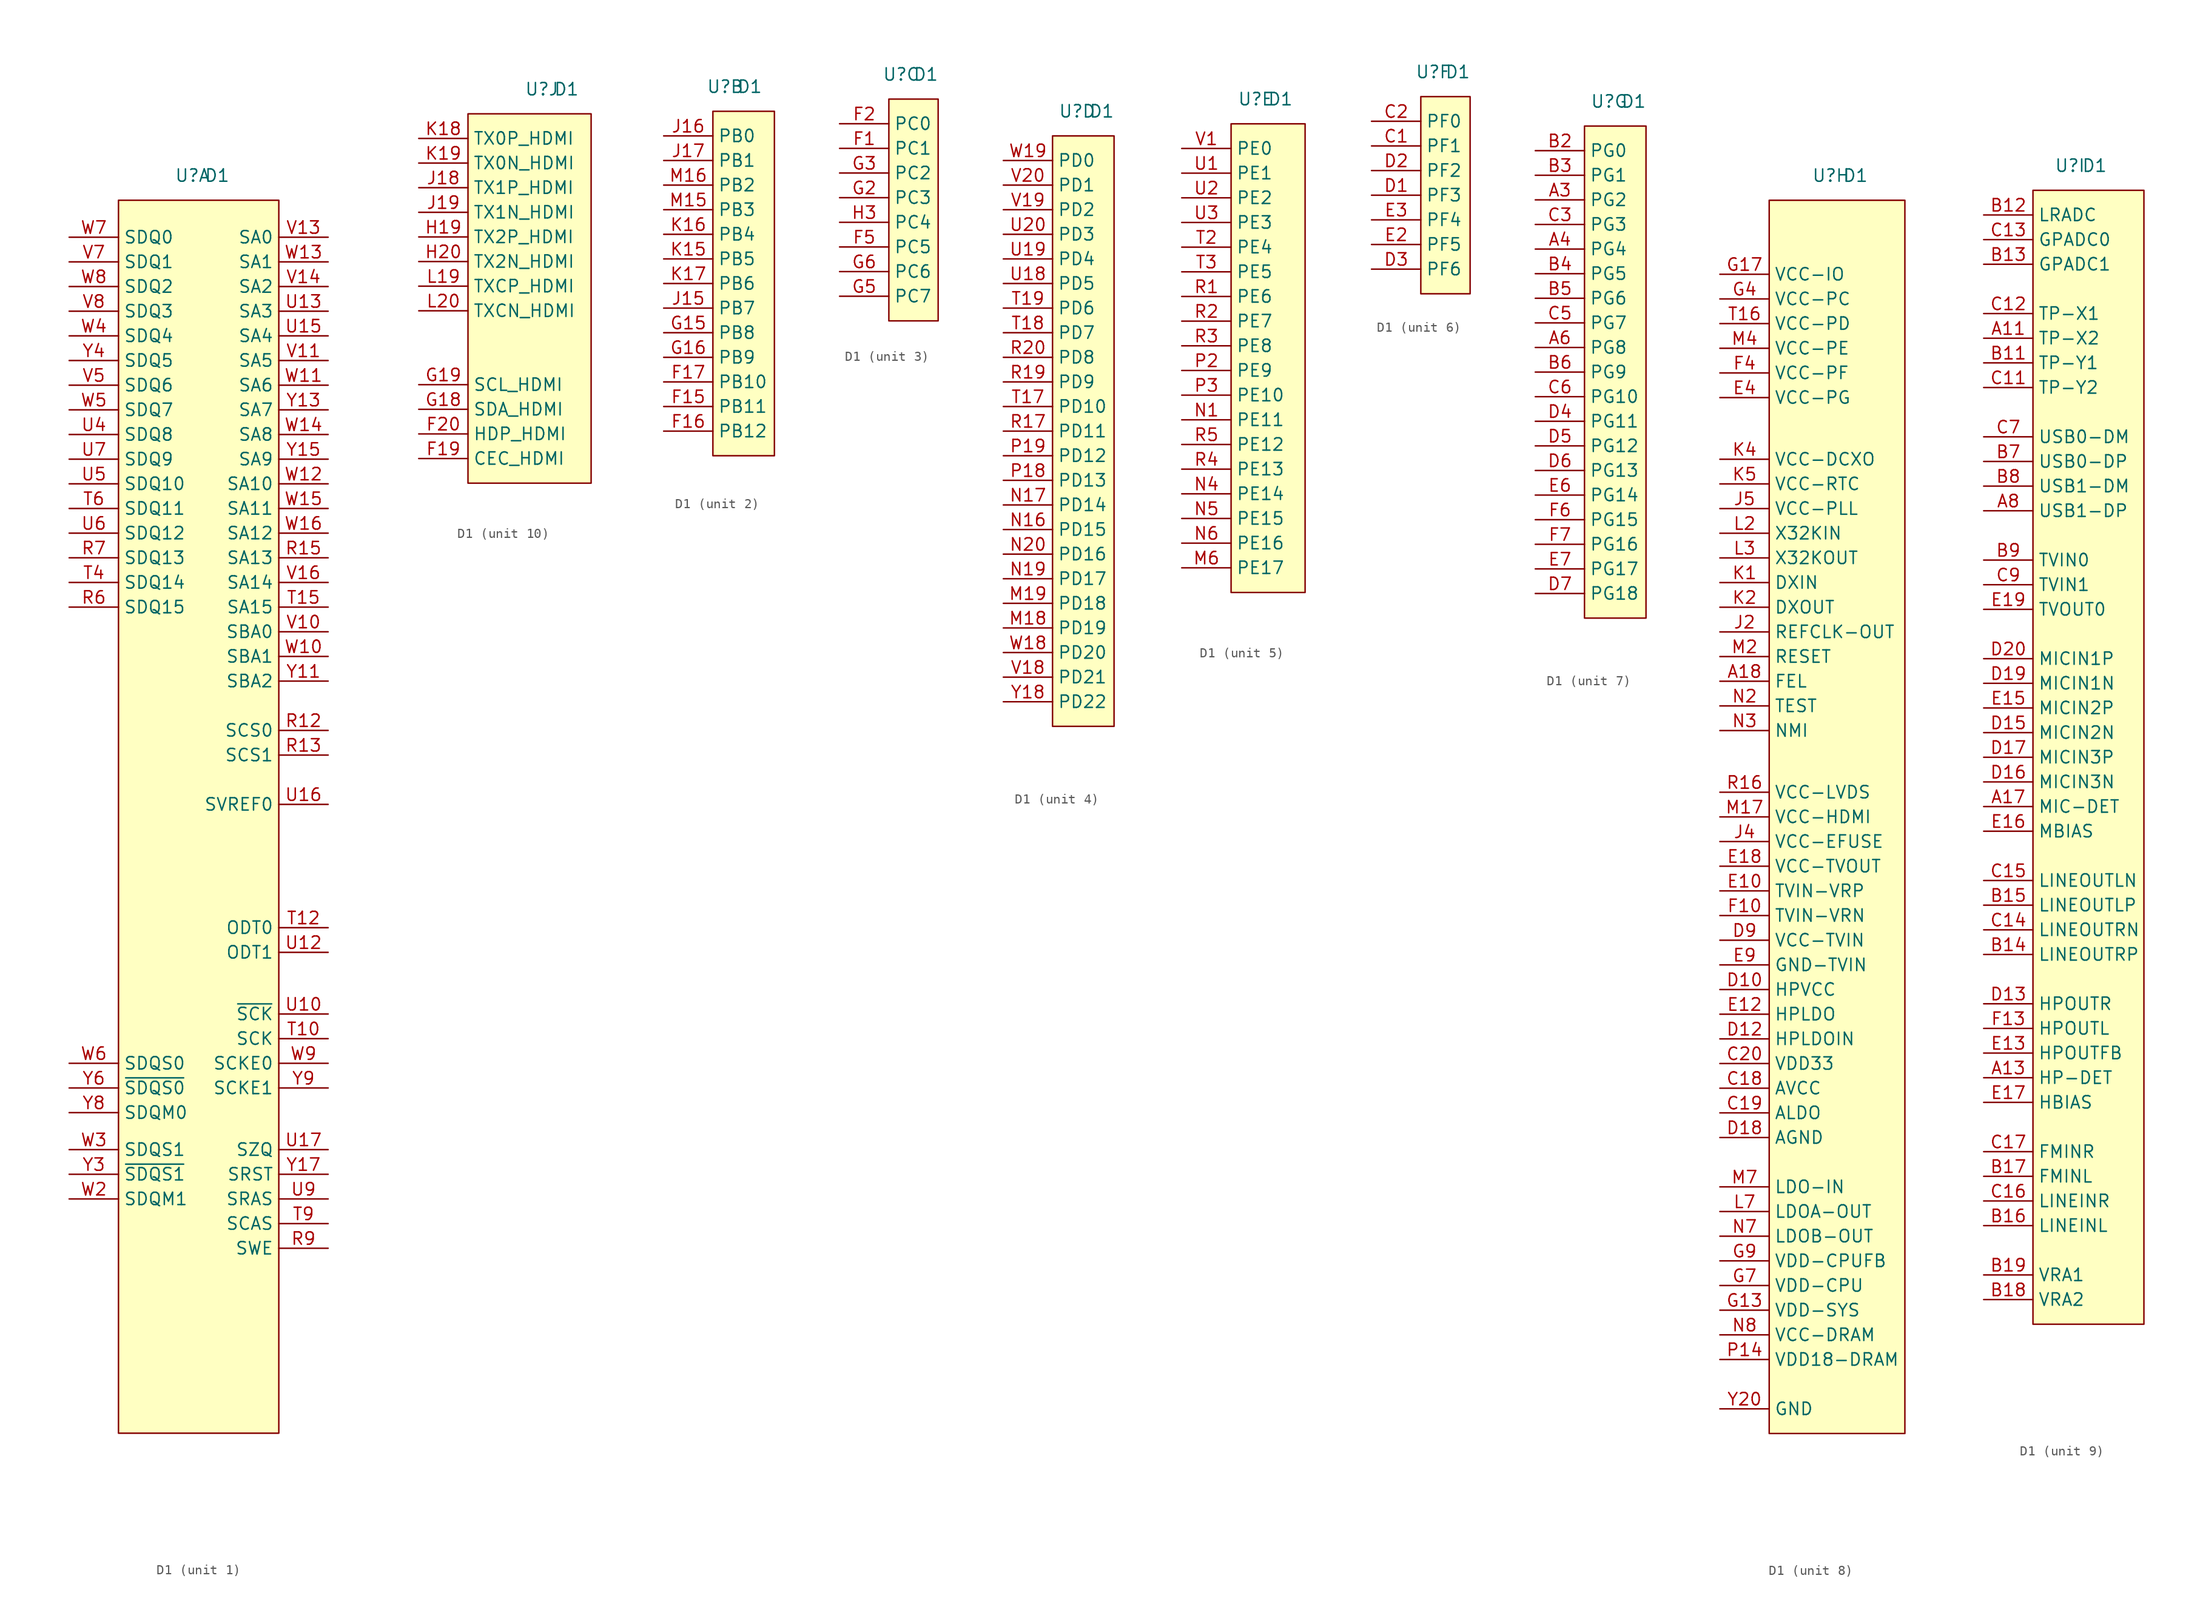
<source format=kicad_sym>
(kicad_symbol_lib
  (version 20211014)
  (generator kicad_symbol_editor)
  (symbol "D1"
    (property "Reference" "U"
      (at -1.27 2.54 0)
      (effects (font (size 1.27 1.27))))
    (property "Value" "D1"
      (at 1.27 2.54 0)
      (effects (font (size 1.27 1.27))))
    (property "ki_locked" ""
      (at 0 0 0)
      (effects (font (size 1.27 1.27))))
    (symbol "D1_1_0"
      (pin passive line (at 12.7 -54.61 180) (length 5.08) (name "SCS0" (effects (font (size 1.27 1.27)))) (number "R12" (effects (font (size 1.27 1.27)))))
      (pin passive line (at 12.7 -57.15 180) (length 5.08) (name "SCS1" (effects (font (size 1.27 1.27)))) (number "R13" (effects (font (size 1.27 1.27)))))
      (pin passive line (at 12.7 -36.83 180) (length 5.08) (name "SA13" (effects (font (size 1.27 1.27)))) (number "R15" (effects (font (size 1.27 1.27)))))
      (pin passive line (at -13.97 -41.91 0) (length 5.08) (name "SDQ15" (effects (font (size 1.27 1.27)))) (number "R6" (effects (font (size 1.27 1.27)))))
      (pin passive line (at -13.97 -36.83 0) (length 5.08) (name "SDQ13" (effects (font (size 1.27 1.27)))) (number "R7" (effects (font (size 1.27 1.27)))))
      (pin passive line (at 12.7 -107.95 180) (length 5.08) (name "SWE" (effects (font (size 1.27 1.27)))) (number "R9" (effects (font (size 1.27 1.27)))))
      (pin passive line (at 12.7 -86.36 180) (length 5.08) (name "SCK" (effects (font (size 1.27 1.27)))) (number "T10" (effects (font (size 1.27 1.27)))))
      (pin passive line (at 12.7 -74.93 180) (length 5.08) (name "ODT0" (effects (font (size 1.27 1.27)))) (number "T12" (effects (font (size 1.27 1.27)))))
      (pin passive line (at 12.7 -41.91 180) (length 5.08) (name "SA15" (effects (font (size 1.27 1.27)))) (number "T15" (effects (font (size 1.27 1.27)))))
      (pin passive line (at -13.97 -39.37 0) (length 5.08) (name "SDQ14" (effects (font (size 1.27 1.27)))) (number "T4" (effects (font (size 1.27 1.27)))))
      (pin passive line (at -13.97 -31.75 0) (length 5.08) (name "SDQ11" (effects (font (size 1.27 1.27)))) (number "T6" (effects (font (size 1.27 1.27)))))
      (pin passive line (at 12.7 -105.41 180) (length 5.08) (name "SCAS" (effects (font (size 1.27 1.27)))) (number "T9" (effects (font (size 1.27 1.27)))))
      (pin passive line (at 12.7 -83.82 180) (length 5.08) (name "~{SCK}" (effects (font (size 1.27 1.27)))) (number "U10" (effects (font (size 1.27 1.27)))))
      (pin passive line (at 12.7 -77.47 180) (length 5.08) (name "ODT1" (effects (font (size 1.27 1.27)))) (number "U12" (effects (font (size 1.27 1.27)))))
      (pin passive line (at 12.7 -11.43 180) (length 5.08) (name "SA3" (effects (font (size 1.27 1.27)))) (number "U13" (effects (font (size 1.27 1.27)))))
      (pin passive line (at 12.7 -13.97 180) (length 5.08) (name "SA4" (effects (font (size 1.27 1.27)))) (number "U15" (effects (font (size 1.27 1.27)))))
      (pin passive line (at 12.7 -62.23 180) (length 5.08) (name "SVREF0" (effects (font (size 1.27 1.27)))) (number "U16" (effects (font (size 1.27 1.27)))))
      (pin passive line (at 12.7 -97.79 180) (length 5.08) (name "SZQ" (effects (font (size 1.27 1.27)))) (number "U17" (effects (font (size 1.27 1.27)))))
      (pin passive line (at -13.97 -24.13 0) (length 5.08) (name "SDQ8" (effects (font (size 1.27 1.27)))) (number "U4" (effects (font (size 1.27 1.27)))))
      (pin passive line (at -13.97 -29.21 0) (length 5.08) (name "SDQ10" (effects (font (size 1.27 1.27)))) (number "U5" (effects (font (size 1.27 1.27)))))
      (pin passive line (at -13.97 -34.29 0) (length 5.08) (name "SDQ12" (effects (font (size 1.27 1.27)))) (number "U6" (effects (font (size 1.27 1.27)))))
      (pin passive line (at -13.97 -26.67 0) (length 5.08) (name "SDQ9" (effects (font (size 1.27 1.27)))) (number "U7" (effects (font (size 1.27 1.27)))))
      (pin passive line (at 12.7 -102.87 180) (length 5.08) (name "SRAS" (effects (font (size 1.27 1.27)))) (number "U9" (effects (font (size 1.27 1.27)))))
      (pin passive line (at 12.7 -44.45 180) (length 5.08) (name "SBA0" (effects (font (size 1.27 1.27)))) (number "V10" (effects (font (size 1.27 1.27)))))
      (pin passive line (at 12.7 -16.51 180) (length 5.08) (name "SA5" (effects (font (size 1.27 1.27)))) (number "V11" (effects (font (size 1.27 1.27)))))
      (pin passive line (at 12.7 -3.81 180) (length 5.08) (name "SA0" (effects (font (size 1.27 1.27)))) (number "V13" (effects (font (size 1.27 1.27)))))
      (pin passive line (at 12.7 -8.89 180) (length 5.08) (name "SA2" (effects (font (size 1.27 1.27)))) (number "V14" (effects (font (size 1.27 1.27)))))
      (pin passive line (at 12.7 -39.37 180) (length 5.08) (name "SA14" (effects (font (size 1.27 1.27)))) (number "V16" (effects (font (size 1.27 1.27)))))
      (pin passive line (at -13.97 -19.05 0) (length 5.08) (name "SDQ6" (effects (font (size 1.27 1.27)))) (number "V5" (effects (font (size 1.27 1.27)))))
      (pin passive line (at -13.97 -6.35 0) (length 5.08) (name "SDQ1" (effects (font (size 1.27 1.27)))) (number "V7" (effects (font (size 1.27 1.27)))))
      (pin passive line (at -13.97 -11.43 0) (length 5.08) (name "SDQ3" (effects (font (size 1.27 1.27)))) (number "V8" (effects (font (size 1.27 1.27)))))
      (pin passive line (at 12.7 -46.99 180) (length 5.08) (name "SBA1" (effects (font (size 1.27 1.27)))) (number "W10" (effects (font (size 1.27 1.27)))))
      (pin passive line (at 12.7 -19.05 180) (length 5.08) (name "SA6" (effects (font (size 1.27 1.27)))) (number "W11" (effects (font (size 1.27 1.27)))))
      (pin passive line (at 12.7 -29.21 180) (length 5.08) (name "SA10" (effects (font (size 1.27 1.27)))) (number "W12" (effects (font (size 1.27 1.27)))))
      (pin passive line (at 12.7 -6.35 180) (length 5.08) (name "SA1" (effects (font (size 1.27 1.27)))) (number "W13" (effects (font (size 1.27 1.27)))))
      (pin passive line (at 12.7 -24.13 180) (length 5.08) (name "SA8" (effects (font (size 1.27 1.27)))) (number "W14" (effects (font (size 1.27 1.27)))))
      (pin passive line (at 12.7 -31.75 180) (length 5.08) (name "SA11" (effects (font (size 1.27 1.27)))) (number "W15" (effects (font (size 1.27 1.27)))))
      (pin passive line (at 12.7 -34.29 180) (length 5.08) (name "SA12" (effects (font (size 1.27 1.27)))) (number "W16" (effects (font (size 1.27 1.27)))))
      (pin passive line (at -13.97 -102.87 0) (length 5.08) (name "SDQM1" (effects (font (size 1.27 1.27)))) (number "W2" (effects (font (size 1.27 1.27)))))
      (pin passive line (at -13.97 -97.79 0) (length 5.08) (name "SDQS1" (effects (font (size 1.27 1.27)))) (number "W3" (effects (font (size 1.27 1.27)))))
      (pin passive line (at -13.97 -13.97 0) (length 5.08) (name "SDQ4" (effects (font (size 1.27 1.27)))) (number "W4" (effects (font (size 1.27 1.27)))))
      (pin passive line (at -13.97 -21.59 0) (length 5.08) (name "SDQ7" (effects (font (size 1.27 1.27)))) (number "W5" (effects (font (size 1.27 1.27)))))
      (pin passive line (at -13.97 -88.9 0) (length 5.08) (name "SDQS0" (effects (font (size 1.27 1.27)))) (number "W6" (effects (font (size 1.27 1.27)))))
      (pin passive line (at -13.97 -3.81 0) (length 5.08) (name "SDQ0" (effects (font (size 1.27 1.27)))) (number "W7" (effects (font (size 1.27 1.27)))))
      (pin passive line (at -13.97 -8.89 0) (length 5.08) (name "SDQ2" (effects (font (size 1.27 1.27)))) (number "W8" (effects (font (size 1.27 1.27)))))
      (pin passive line (at 12.7 -88.9 180) (length 5.08) (name "SCKE0" (effects (font (size 1.27 1.27)))) (number "W9" (effects (font (size 1.27 1.27)))))
      (pin passive line (at 12.7 -49.53 180) (length 5.08) (name "SBA2" (effects (font (size 1.27 1.27)))) (number "Y11" (effects (font (size 1.27 1.27)))))
      (pin passive line (at 12.7 -21.59 180) (length 5.08) (name "SA7" (effects (font (size 1.27 1.27)))) (number "Y13" (effects (font (size 1.27 1.27)))))
      (pin passive line (at 12.7 -26.67 180) (length 5.08) (name "SA9" (effects (font (size 1.27 1.27)))) (number "Y15" (effects (font (size 1.27 1.27)))))
      (pin passive line (at 12.7 -100.33 180) (length 5.08) (name "SRST" (effects (font (size 1.27 1.27)))) (number "Y17" (effects (font (size 1.27 1.27)))))
      (pin passive line (at -13.97 -100.33 0) (length 5.08) (name "~{SDQS1}" (effects (font (size 1.27 1.27)))) (number "Y3" (effects (font (size 1.27 1.27)))))
      (pin passive line (at -13.97 -16.51 0) (length 5.08) (name "SDQ5" (effects (font (size 1.27 1.27)))) (number "Y4" (effects (font (size 1.27 1.27)))))
      (pin passive line (at -13.97 -91.44 0) (length 5.08) (name "~{SDQS0}" (effects (font (size 1.27 1.27)))) (number "Y6" (effects (font (size 1.27 1.27)))))
      (pin passive line (at -13.97 -93.98 0) (length 5.08) (name "SDQM0" (effects (font (size 1.27 1.27)))) (number "Y8" (effects (font (size 1.27 1.27)))))
      (pin passive line (at 12.7 -91.44 180) (length 5.08) (name "SCKE1" (effects (font (size 1.27 1.27)))) (number "Y9" (effects (font (size 1.27 1.27))))))
    (symbol "D1_1_1"
      (rectangle (start -8.89 0) (end 7.62 -127) (stroke (width 0.152) (type default) (color 0 0 0 0)) (fill (type background))))
    (symbol "D1_2_0"
      (pin passive line (at -7.62 -30.48 0) (length 5.08) (name "PB11" (effects (font (size 1.27 1.27)))) (number "F15" (effects (font (size 1.27 1.27)))))
      (pin passive line (at -7.62 -33.02 0) (length 5.08) (name "PB12" (effects (font (size 1.27 1.27)))) (number "F16" (effects (font (size 1.27 1.27)))))
      (pin passive line (at -7.62 -27.94 0) (length 5.08) (name "PB10" (effects (font (size 1.27 1.27)))) (number "F17" (effects (font (size 1.27 1.27)))))
      (pin passive line (at -7.62 -22.86 0) (length 5.08) (name "PB8" (effects (font (size 1.27 1.27)))) (number "G15" (effects (font (size 1.27 1.27)))))
      (pin passive line (at -7.62 -25.4 0) (length 5.08) (name "PB9" (effects (font (size 1.27 1.27)))) (number "G16" (effects (font (size 1.27 1.27)))))
      (pin passive line (at -7.62 -20.32 0) (length 5.08) (name "PB7" (effects (font (size 1.27 1.27)))) (number "J15" (effects (font (size 1.27 1.27)))))
      (pin passive line (at -7.62 -2.54 0) (length 5.08) (name "PB0" (effects (font (size 1.27 1.27)))) (number "J16" (effects (font (size 1.27 1.27)))))
      (pin passive line (at -7.62 -5.08 0) (length 5.08) (name "PB1" (effects (font (size 1.27 1.27)))) (number "J17" (effects (font (size 1.27 1.27)))))
      (pin passive line (at -7.62 -15.24 0) (length 5.08) (name "PB5" (effects (font (size 1.27 1.27)))) (number "K15" (effects (font (size 1.27 1.27)))))
      (pin passive line (at -7.62 -12.7 0) (length 5.08) (name "PB4" (effects (font (size 1.27 1.27)))) (number "K16" (effects (font (size 1.27 1.27)))))
      (pin passive line (at -7.62 -17.78 0) (length 5.08) (name "PB6" (effects (font (size 1.27 1.27)))) (number "K17" (effects (font (size 1.27 1.27)))))
      (pin passive line (at -7.62 -10.16 0) (length 5.08) (name "PB3" (effects (font (size 1.27 1.27)))) (number "M15" (effects (font (size 1.27 1.27)))))
      (pin passive line (at -7.62 -7.62 0) (length 5.08) (name "PB2" (effects (font (size 1.27 1.27)))) (number "M16" (effects (font (size 1.27 1.27))))))
    (symbol "D1_2_1"
      (rectangle (start -2.54 0) (end 3.81 -35.56) (stroke (width 0.152) (type default) (color 0 0 0 0)) (fill (type background))))
    (symbol "D1_3_0"
      (pin passive line (at -7.62 -5.08 0) (length 5.08) (name "PC1" (effects (font (size 1.27 1.27)))) (number "F1" (effects (font (size 1.27 1.27)))))
      (pin passive line (at -7.62 -2.54 0) (length 5.08) (name "PC0" (effects (font (size 1.27 1.27)))) (number "F2" (effects (font (size 1.27 1.27)))))
      (pin passive line (at -7.62 -15.24 0) (length 5.08) (name "PC5" (effects (font (size 1.27 1.27)))) (number "F5" (effects (font (size 1.27 1.27)))))
      (pin passive line (at -7.62 -10.16 0) (length 5.08) (name "PC3" (effects (font (size 1.27 1.27)))) (number "G2" (effects (font (size 1.27 1.27)))))
      (pin passive line (at -7.62 -7.62 0) (length 5.08) (name "PC2" (effects (font (size 1.27 1.27)))) (number "G3" (effects (font (size 1.27 1.27)))))
      (pin passive line (at -7.62 -20.32 0) (length 5.08) (name "PC7" (effects (font (size 1.27 1.27)))) (number "G5" (effects (font (size 1.27 1.27)))))
      (pin passive line (at -7.62 -17.78 0) (length 5.08) (name "PC6" (effects (font (size 1.27 1.27)))) (number "G6" (effects (font (size 1.27 1.27)))))
      (pin passive line (at -7.62 -12.7 0) (length 5.08) (name "PC4" (effects (font (size 1.27 1.27)))) (number "H3" (effects (font (size 1.27 1.27))))))
    (symbol "D1_3_1"
      (rectangle (start -2.54 0) (end 2.54 -22.86) (stroke (width 0.152) (type default) (color 0 0 0 0)) (fill (type background))))
    (symbol "D1_4_0"
      (pin passive line (at -8.89 -50.8 0) (length 5.08) (name "PD19" (effects (font (size 1.27 1.27)))) (number "M18" (effects (font (size 1.27 1.27)))))
      (pin passive line (at -8.89 -48.26 0) (length 5.08) (name "PD18" (effects (font (size 1.27 1.27)))) (number "M19" (effects (font (size 1.27 1.27)))))
      (pin passive line (at -8.89 -40.64 0) (length 5.08) (name "PD15" (effects (font (size 1.27 1.27)))) (number "N16" (effects (font (size 1.27 1.27)))))
      (pin passive line (at -8.89 -38.1 0) (length 5.08) (name "PD14" (effects (font (size 1.27 1.27)))) (number "N17" (effects (font (size 1.27 1.27)))))
      (pin passive line (at -8.89 -45.72 0) (length 5.08) (name "PD17" (effects (font (size 1.27 1.27)))) (number "N19" (effects (font (size 1.27 1.27)))))
      (pin passive line (at -8.89 -43.18 0) (length 5.08) (name "PD16" (effects (font (size 1.27 1.27)))) (number "N20" (effects (font (size 1.27 1.27)))))
      (pin passive line (at -8.89 -35.56 0) (length 5.08) (name "PD13" (effects (font (size 1.27 1.27)))) (number "P18" (effects (font (size 1.27 1.27)))))
      (pin passive line (at -8.89 -33.02 0) (length 5.08) (name "PD12" (effects (font (size 1.27 1.27)))) (number "P19" (effects (font (size 1.27 1.27)))))
      (pin passive line (at -8.89 -30.48 0) (length 5.08) (name "PD11" (effects (font (size 1.27 1.27)))) (number "R17" (effects (font (size 1.27 1.27)))))
      (pin passive line (at -8.89 -25.4 0) (length 5.08) (name "PD9" (effects (font (size 1.27 1.27)))) (number "R19" (effects (font (size 1.27 1.27)))))
      (pin passive line (at -8.89 -22.86 0) (length 5.08) (name "PD8" (effects (font (size 1.27 1.27)))) (number "R20" (effects (font (size 1.27 1.27)))))
      (pin passive line (at -8.89 -27.94 0) (length 5.08) (name "PD10" (effects (font (size 1.27 1.27)))) (number "T17" (effects (font (size 1.27 1.27)))))
      (pin passive line (at -8.89 -20.32 0) (length 5.08) (name "PD7" (effects (font (size 1.27 1.27)))) (number "T18" (effects (font (size 1.27 1.27)))))
      (pin passive line (at -8.89 -17.78 0) (length 5.08) (name "PD6" (effects (font (size 1.27 1.27)))) (number "T19" (effects (font (size 1.27 1.27)))))
      (pin passive line (at -8.89 -15.24 0) (length 5.08) (name "PD5" (effects (font (size 1.27 1.27)))) (number "U18" (effects (font (size 1.27 1.27)))))
      (pin passive line (at -8.89 -12.7 0) (length 5.08) (name "PD4" (effects (font (size 1.27 1.27)))) (number "U19" (effects (font (size 1.27 1.27)))))
      (pin passive line (at -8.89 -10.16 0) (length 5.08) (name "PD3" (effects (font (size 1.27 1.27)))) (number "U20" (effects (font (size 1.27 1.27)))))
      (pin passive line (at -8.89 -55.88 0) (length 5.08) (name "PD21" (effects (font (size 1.27 1.27)))) (number "V18" (effects (font (size 1.27 1.27)))))
      (pin passive line (at -8.89 -7.62 0) (length 5.08) (name "PD2" (effects (font (size 1.27 1.27)))) (number "V19" (effects (font (size 1.27 1.27)))))
      (pin passive line (at -8.89 -5.08 0) (length 5.08) (name "PD1" (effects (font (size 1.27 1.27)))) (number "V20" (effects (font (size 1.27 1.27)))))
      (pin passive line (at -8.89 -53.34 0) (length 5.08) (name "PD20" (effects (font (size 1.27 1.27)))) (number "W18" (effects (font (size 1.27 1.27)))))
      (pin passive line (at -8.89 -2.54 0) (length 5.08) (name "PD0" (effects (font (size 1.27 1.27)))) (number "W19" (effects (font (size 1.27 1.27)))))
      (pin passive line (at -8.89 -58.42 0) (length 5.08) (name "PD22" (effects (font (size 1.27 1.27)))) (number "Y18" (effects (font (size 1.27 1.27))))))
    (symbol "D1_4_1"
      (rectangle (start -3.81 0) (end 2.54 -60.96) (stroke (width 0.152) (type default) (color 0 0 0 0)) (fill (type background))))
    (symbol "D1_5_0"
      (pin passive line (at -8.89 -45.72 0) (length 5.08) (name "PE17" (effects (font (size 1.27 1.27)))) (number "M6" (effects (font (size 1.27 1.27)))))
      (pin passive line (at -8.89 -30.48 0) (length 5.08) (name "PE11" (effects (font (size 1.27 1.27)))) (number "N1" (effects (font (size 1.27 1.27)))))
      (pin passive line (at -8.89 -38.1 0) (length 5.08) (name "PE14" (effects (font (size 1.27 1.27)))) (number "N4" (effects (font (size 1.27 1.27)))))
      (pin passive line (at -8.89 -40.64 0) (length 5.08) (name "PE15" (effects (font (size 1.27 1.27)))) (number "N5" (effects (font (size 1.27 1.27)))))
      (pin passive line (at -8.89 -43.18 0) (length 5.08) (name "PE16" (effects (font (size 1.27 1.27)))) (number "N6" (effects (font (size 1.27 1.27)))))
      (pin passive line (at -8.89 -25.4 0) (length 5.08) (name "PE9" (effects (font (size 1.27 1.27)))) (number "P2" (effects (font (size 1.27 1.27)))))
      (pin passive line (at -8.89 -27.94 0) (length 5.08) (name "PE10" (effects (font (size 1.27 1.27)))) (number "P3" (effects (font (size 1.27 1.27)))))
      (pin passive line (at -8.89 -17.78 0) (length 5.08) (name "PE6" (effects (font (size 1.27 1.27)))) (number "R1" (effects (font (size 1.27 1.27)))))
      (pin passive line (at -8.89 -20.32 0) (length 5.08) (name "PE7" (effects (font (size 1.27 1.27)))) (number "R2" (effects (font (size 1.27 1.27)))))
      (pin passive line (at -8.89 -22.86 0) (length 5.08) (name "PE8" (effects (font (size 1.27 1.27)))) (number "R3" (effects (font (size 1.27 1.27)))))
      (pin passive line (at -8.89 -35.56 0) (length 5.08) (name "PE13" (effects (font (size 1.27 1.27)))) (number "R4" (effects (font (size 1.27 1.27)))))
      (pin passive line (at -8.89 -33.02 0) (length 5.08) (name "PE12" (effects (font (size 1.27 1.27)))) (number "R5" (effects (font (size 1.27 1.27)))))
      (pin passive line (at -8.89 -12.7 0) (length 5.08) (name "PE4" (effects (font (size 1.27 1.27)))) (number "T2" (effects (font (size 1.27 1.27)))))
      (pin passive line (at -8.89 -15.24 0) (length 5.08) (name "PE5" (effects (font (size 1.27 1.27)))) (number "T3" (effects (font (size 1.27 1.27)))))
      (pin passive line (at -8.89 -5.08 0) (length 5.08) (name "PE1" (effects (font (size 1.27 1.27)))) (number "U1" (effects (font (size 1.27 1.27)))))
      (pin passive line (at -8.89 -7.62 0) (length 5.08) (name "PE2" (effects (font (size 1.27 1.27)))) (number "U2" (effects (font (size 1.27 1.27)))))
      (pin passive line (at -8.89 -10.16 0) (length 5.08) (name "PE3" (effects (font (size 1.27 1.27)))) (number "U3" (effects (font (size 1.27 1.27)))))
      (pin passive line (at -8.89 -2.54 0) (length 5.08) (name "PE0" (effects (font (size 1.27 1.27)))) (number "V1" (effects (font (size 1.27 1.27))))))
    (symbol "D1_5_1"
      (rectangle (start -3.81 0) (end 3.81 -48.26) (stroke (width 0.152) (type default) (color 0 0 0 0)) (fill (type background))))
    (symbol "D1_6_0"
      (pin passive line (at -7.62 -5.08 0) (length 5.08) (name "PF1" (effects (font (size 1.27 1.27)))) (number "C1" (effects (font (size 1.27 1.27)))))
      (pin passive line (at -7.62 -2.54 0) (length 5.08) (name "PF0" (effects (font (size 1.27 1.27)))) (number "C2" (effects (font (size 1.27 1.27)))))
      (pin passive line (at -7.62 -10.16 0) (length 5.08) (name "PF3" (effects (font (size 1.27 1.27)))) (number "D1" (effects (font (size 1.27 1.27)))))
      (pin passive line (at -7.62 -7.62 0) (length 5.08) (name "PF2" (effects (font (size 1.27 1.27)))) (number "D2" (effects (font (size 1.27 1.27)))))
      (pin passive line (at -7.62 -17.78 0) (length 5.08) (name "PF6" (effects (font (size 1.27 1.27)))) (number "D3" (effects (font (size 1.27 1.27)))))
      (pin passive line (at -7.62 -15.24 0) (length 5.08) (name "PF5" (effects (font (size 1.27 1.27)))) (number "E2" (effects (font (size 1.27 1.27)))))
      (pin passive line (at -7.62 -12.7 0) (length 5.08) (name "PF4" (effects (font (size 1.27 1.27)))) (number "E3" (effects (font (size 1.27 1.27))))))
    (symbol "D1_6_1"
      (rectangle (start -2.54 0) (end 2.54 -20.32) (stroke (width 0.152) (type default) (color 0 0 0 0)) (fill (type background))))
    (symbol "D1_7_0"
      (pin passive line (at -8.89 -7.62 0) (length 5.08) (name "PG2" (effects (font (size 1.27 1.27)))) (number "A3" (effects (font (size 1.27 1.27)))))
      (pin passive line (at -8.89 -12.7 0) (length 5.08) (name "PG4" (effects (font (size 1.27 1.27)))) (number "A4" (effects (font (size 1.27 1.27)))))
      (pin passive line (at -8.89 -22.86 0) (length 5.08) (name "PG8" (effects (font (size 1.27 1.27)))) (number "A6" (effects (font (size 1.27 1.27)))))
      (pin passive line (at -8.89 -2.54 0) (length 5.08) (name "PG0" (effects (font (size 1.27 1.27)))) (number "B2" (effects (font (size 1.27 1.27)))))
      (pin passive line (at -8.89 -5.08 0) (length 5.08) (name "PG1" (effects (font (size 1.27 1.27)))) (number "B3" (effects (font (size 1.27 1.27)))))
      (pin passive line (at -8.89 -15.24 0) (length 5.08) (name "PG5" (effects (font (size 1.27 1.27)))) (number "B4" (effects (font (size 1.27 1.27)))))
      (pin passive line (at -8.89 -17.78 0) (length 5.08) (name "PG6" (effects (font (size 1.27 1.27)))) (number "B5" (effects (font (size 1.27 1.27)))))
      (pin passive line (at -8.89 -25.4 0) (length 5.08) (name "PG9" (effects (font (size 1.27 1.27)))) (number "B6" (effects (font (size 1.27 1.27)))))
      (pin passive line (at -8.89 -10.16 0) (length 5.08) (name "PG3" (effects (font (size 1.27 1.27)))) (number "C3" (effects (font (size 1.27 1.27)))))
      (pin passive line (at -8.89 -20.32 0) (length 5.08) (name "PG7" (effects (font (size 1.27 1.27)))) (number "C5" (effects (font (size 1.27 1.27)))))
      (pin passive line (at -8.89 -27.94 0) (length 5.08) (name "PG10" (effects (font (size 1.27 1.27)))) (number "C6" (effects (font (size 1.27 1.27)))))
      (pin passive line (at -8.89 -30.48 0) (length 5.08) (name "PG11" (effects (font (size 1.27 1.27)))) (number "D4" (effects (font (size 1.27 1.27))))))
    (symbol "D1_7_1"
      (rectangle (start -3.81 0) (end 2.54 -50.8) (stroke (width 0.152) (type default) (color 0 0 0 0)) (fill (type background)))
      (pin passive line (at -8.89 -33.02 0) (length 5.08) (name "PG12" (effects (font (size 1.27 1.27)))) (number "D5" (effects (font (size 1.27 1.27)))))
      (pin passive line (at -8.89 -35.56 0) (length 5.08) (name "PG13" (effects (font (size 1.27 1.27)))) (number "D6" (effects (font (size 1.27 1.27)))))
      (pin passive line (at -8.89 -48.26 0) (length 5.08) (name "PG18" (effects (font (size 1.27 1.27)))) (number "D7" (effects (font (size 1.27 1.27)))))
      (pin passive line (at -8.89 -38.1 0) (length 5.08) (name "PG14" (effects (font (size 1.27 1.27)))) (number "E6" (effects (font (size 1.27 1.27)))))
      (pin passive line (at -8.89 -45.72 0) (length 5.08) (name "PG17" (effects (font (size 1.27 1.27)))) (number "E7" (effects (font (size 1.27 1.27)))))
      (pin passive line (at -8.89 -40.64 0) (length 5.08) (name "PG15" (effects (font (size 1.27 1.27)))) (number "F6" (effects (font (size 1.27 1.27)))))
      (pin passive line (at -8.89 -43.18 0) (length 5.08) (name "PG16" (effects (font (size 1.27 1.27)))) (number "F7" (effects (font (size 1.27 1.27))))))
    (symbol "D1_8_1"
      (rectangle (start -7.62 0) (end 6.35 -127) (stroke (width 0.152) (type default) (color 0 0 0 0)) (fill (type background)))
      (pin passive line (at -12.7 -124.46 0) (length 5.08) hide (name "GND" (effects (font (size 1.27 1.27)))) (number "A1" (effects (font (size 1.27 1.27)))))
      (pin passive line (at -12.7 -124.46 0) (length 5.08) hide (name "GND" (effects (font (size 1.27 1.27)))) (number "A15" (effects (font (size 1.27 1.27)))))
      (pin passive line (at -12.7 -49.53 0) (length 5.08) (name "FEL" (effects (font (size 1.27 1.27)))) (number "A18" (effects (font (size 1.27 1.27)))))
      (pin passive line (at -12.7 -124.46 0) (length 5.08) hide (name "GND" (effects (font (size 1.27 1.27)))) (number "A19" (effects (font (size 1.27 1.27)))))
      (pin passive line (at -12.7 -124.46 0) (length 5.08) hide (name "GND" (effects (font (size 1.27 1.27)))) (number "A2" (effects (font (size 1.27 1.27)))))
      (pin passive line (at -12.7 -124.46 0) (length 5.08) hide (name "GND" (effects (font (size 1.27 1.27)))) (number "A20" (effects (font (size 1.27 1.27)))))
      (pin passive line (at -12.7 -124.46 0) (length 5.08) hide (name "GND" (effects (font (size 1.27 1.27)))) (number "B1" (effects (font (size 1.27 1.27)))))
      (pin passive line (at -12.7 -124.46 0) (length 5.08) hide (name "GND" (effects (font (size 1.27 1.27)))) (number "B10" (effects (font (size 1.27 1.27)))))
      (pin passive line (at -12.7 -124.46 0) (length 5.08) hide (name "GND" (effects (font (size 1.27 1.27)))) (number "B20" (effects (font (size 1.27 1.27)))))
      (pin passive line (at -12.7 -124.46 0) (length 5.08) hide (name "GND" (effects (font (size 1.27 1.27)))) (number "C10" (effects (font (size 1.27 1.27)))))
      (pin passive line (at -12.7 -91.44 0) (length 5.08) (name "AVCC" (effects (font (size 1.27 1.27)))) (number "C18" (effects (font (size 1.27 1.27)))))
      (pin passive line (at -12.7 -93.98 0) (length 5.08) (name "ALDO" (effects (font (size 1.27 1.27)))) (number "C19" (effects (font (size 1.27 1.27)))))
      (pin passive line (at -12.7 -88.9 0) (length 5.08) (name "VDD33" (effects (font (size 1.27 1.27)))) (number "C20" (effects (font (size 1.27 1.27)))))
      (pin passive line (at -12.7 -124.46 0) (length 5.08) hide (name "GND" (effects (font (size 1.27 1.27)))) (number "C4" (effects (font (size 1.27 1.27)))))
      (pin passive line (at -12.7 -124.46 0) (length 5.08) hide (name "GND" (effects (font (size 1.27 1.27)))) (number "C8" (effects (font (size 1.27 1.27)))))
      (pin passive line (at -12.7 -81.28 0) (length 5.08) (name "HPVCC" (effects (font (size 1.27 1.27)))) (number "D10" (effects (font (size 1.27 1.27)))))
      (pin passive line (at -12.7 -86.36 0) (length 5.08) (name "HPLDOIN" (effects (font (size 1.27 1.27)))) (number "D12" (effects (font (size 1.27 1.27)))))
      (pin passive line (at -12.7 -96.52 0) (length 5.08) (name "AGND" (effects (font (size 1.27 1.27)))) (number "D18" (effects (font (size 1.27 1.27)))))
      (pin passive line (at -12.7 -76.2 0) (length 5.08) (name "VCC-TVIN" (effects (font (size 1.27 1.27)))) (number "D9" (effects (font (size 1.27 1.27)))))
      (pin passive line (at -12.7 -71.12 0) (length 5.08) (name "TVIN-VRP" (effects (font (size 1.27 1.27)))) (number "E10" (effects (font (size 1.27 1.27)))))
      (pin passive line (at -12.7 -83.82 0) (length 5.08) (name "HPLDO" (effects (font (size 1.27 1.27)))) (number "E12" (effects (font (size 1.27 1.27)))))
      (pin passive line (at -12.7 -68.58 0) (length 5.08) (name "VCC-TVOUT" (effects (font (size 1.27 1.27)))) (number "E18" (effects (font (size 1.27 1.27)))))
      (pin passive line (at -12.7 -20.32 0) (length 5.08) (name "VCC-PG" (effects (font (size 1.27 1.27)))) (number "E4" (effects (font (size 1.27 1.27)))))
      (pin passive line (at -12.7 -124.46 0) (length 5.08) hide (name "GND" (effects (font (size 1.27 1.27)))) (number "E5" (effects (font (size 1.27 1.27)))))
      (pin passive line (at -12.7 -78.74 0) (length 5.08) (name "GND-TVIN" (effects (font (size 1.27 1.27)))) (number "E9" (effects (font (size 1.27 1.27)))))
      (pin passive line (at -12.7 -73.66 0) (length 5.08) (name "TVIN-VRN" (effects (font (size 1.27 1.27)))) (number "F10" (effects (font (size 1.27 1.27)))))
      (pin passive line (at -12.7 -124.46 0) (length 5.08) hide (name "GND" (effects (font (size 1.27 1.27)))) (number "F12" (effects (font (size 1.27 1.27)))))
      (pin passive line (at -12.7 -124.46 0) (length 5.08) hide (name "GND" (effects (font (size 1.27 1.27)))) (number "F18" (effects (font (size 1.27 1.27)))))
      (pin passive line (at -12.7 -124.46 0) (length 5.08) hide (name "GND" (effects (font (size 1.27 1.27)))) (number "F3" (effects (font (size 1.27 1.27)))))
      (pin passive line (at -12.7 -17.78 0) (length 5.08) (name "VCC-PF" (effects (font (size 1.27 1.27)))) (number "F4" (effects (font (size 1.27 1.27)))))
      (pin passive line (at -12.7 -124.46 0) (length 5.08) hide (name "GND" (effects (font (size 1.27 1.27)))) (number "F9" (effects (font (size 1.27 1.27)))))
      (pin passive line (at -12.7 -124.46 0) (length 5.08) hide (name "GND" (effects (font (size 1.27 1.27)))) (number "G10" (effects (font (size 1.27 1.27)))))
      (pin passive line (at -12.7 -124.46 0) (length 5.08) hide (name "GND" (effects (font (size 1.27 1.27)))) (number "G11" (effects (font (size 1.27 1.27)))))
      (pin passive line (at -12.7 -124.46 0) (length 5.08) hide (name "GND" (effects (font (size 1.27 1.27)))) (number "G12" (effects (font (size 1.27 1.27)))))
      (pin passive line (at -12.7 -114.3 0) (length 5.08) (name "VDD-SYS" (effects (font (size 1.27 1.27)))) (number "G13" (effects (font (size 1.27 1.27)))))
      (pin passive line (at -12.7 -114.3 0) (length 5.08) hide (name "VDD-SYS" (effects (font (size 1.27 1.27)))) (number "G14" (effects (font (size 1.27 1.27)))))
      (pin passive line (at -12.7 -7.62 0) (length 5.08) (name "VCC-IO" (effects (font (size 1.27 1.27)))) (number "G17" (effects (font (size 1.27 1.27)))))
      (pin passive line (at -12.7 -10.16 0) (length 5.08) (name "VCC-PC" (effects (font (size 1.27 1.27)))) (number "G4" (effects (font (size 1.27 1.27)))))
      (pin passive line (at -12.7 -111.76 0) (length 5.08) (name "VDD-CPU" (effects (font (size 1.27 1.27)))) (number "G7" (effects (font (size 1.27 1.27)))))
      (pin passive line (at -12.7 -111.76 0) (length 5.08) hide (name "VDD-CPU" (effects (font (size 1.27 1.27)))) (number "G8" (effects (font (size 1.27 1.27)))))
      (pin passive line (at -12.7 -109.22 0) (length 5.08) (name "VDD-CPUFB" (effects (font (size 1.27 1.27)))) (number "G9" (effects (font (size 1.27 1.27)))))
      (pin passive line (at -12.7 -124.46 0) (length 5.08) hide (name "GND" (effects (font (size 1.27 1.27)))) (number "H1" (effects (font (size 1.27 1.27)))))
      (pin passive line (at -12.7 -124.46 0) (length 5.08) hide (name "GND" (effects (font (size 1.27 1.27)))) (number "H10" (effects (font (size 1.27 1.27)))))
      (pin passive line (at -12.7 -124.46 0) (length 5.08) hide (name "GND" (effects (font (size 1.27 1.27)))) (number "H11" (effects (font (size 1.27 1.27)))))
      (pin passive line (at -12.7 -124.46 0) (length 5.08) hide (name "GND" (effects (font (size 1.27 1.27)))) (number "H12" (effects (font (size 1.27 1.27)))))
      (pin passive line (at -12.7 -114.3 0) (length 5.08) hide (name "VDD-SYS" (effects (font (size 1.27 1.27)))) (number "H13" (effects (font (size 1.27 1.27)))))
      (pin passive line (at -12.7 -114.3 0) (length 5.08) hide (name "VDD-SYS" (effects (font (size 1.27 1.27)))) (number "H14" (effects (font (size 1.27 1.27)))))
      (pin passive line (at -12.7 -124.46 0) (length 5.08) hide (name "GND" (effects (font (size 1.27 1.27)))) (number "H18" (effects (font (size 1.27 1.27)))))
      (pin passive line (at -12.7 -124.46 0) (length 5.08) hide (name "GND" (effects (font (size 1.27 1.27)))) (number "H2" (effects (font (size 1.27 1.27)))))
      (pin passive line (at -12.7 -111.76 0) (length 5.08) hide (name "VDD-CPU" (effects (font (size 1.27 1.27)))) (number "H7" (effects (font (size 1.27 1.27)))))
      (pin passive line (at -12.7 -111.76 0) (length 5.08) hide (name "VDD-CPU" (effects (font (size 1.27 1.27)))) (number "H8" (effects (font (size 1.27 1.27)))))
      (pin passive line (at -12.7 -111.76 0) (length 5.08) hide (name "VDD-CPU" (effects (font (size 1.27 1.27)))) (number "H9" (effects (font (size 1.27 1.27)))))
      (pin passive line (at -12.7 -124.46 0) (length 5.08) hide (name "GND" (effects (font (size 1.27 1.27)))) (number "J10" (effects (font (size 1.27 1.27)))))
      (pin passive line (at -12.7 -124.46 0) (length 5.08) hide (name "GND" (effects (font (size 1.27 1.27)))) (number "J11" (effects (font (size 1.27 1.27)))))
      (pin passive line (at -12.7 -124.46 0) (length 5.08) hide (name "GND" (effects (font (size 1.27 1.27)))) (number "J12" (effects (font (size 1.27 1.27)))))
      (pin passive line (at -12.7 -114.3 0) (length 5.08) hide (name "VDD-SYS" (effects (font (size 1.27 1.27)))) (number "J13" (effects (font (size 1.27 1.27)))))
      (pin passive line (at -12.7 -114.3 0) (length 5.08) hide (name "VDD-SYS" (effects (font (size 1.27 1.27)))) (number "J14" (effects (font (size 1.27 1.27)))))
      (pin passive line (at -12.7 -44.45 0) (length 5.08) (name "REFCLK-OUT" (effects (font (size 1.27 1.27)))) (number "J2" (effects (font (size 1.27 1.27)))))
      (pin passive line (at -12.7 -124.46 0) (length 5.08) hide (name "GND" (effects (font (size 1.27 1.27)))) (number "J3" (effects (font (size 1.27 1.27)))))
      (pin passive line (at -12.7 -66.04 0) (length 5.08) (name "VCC-EFUSE" (effects (font (size 1.27 1.27)))) (number "J4" (effects (font (size 1.27 1.27)))))
      (pin passive line (at -12.7 -31.75 0) (length 5.08) (name "VCC-PLL" (effects (font (size 1.27 1.27)))) (number "J5" (effects (font (size 1.27 1.27)))))
      (pin passive line (at -12.7 -124.46 0) (length 5.08) hide (name "GND" (effects (font (size 1.27 1.27)))) (number "J6" (effects (font (size 1.27 1.27)))))
      (pin passive line (at -12.7 -124.46 0) (length 5.08) hide (name "GND" (effects (font (size 1.27 1.27)))) (number "J7" (effects (font (size 1.27 1.27)))))
      (pin passive line (at -12.7 -124.46 0) (length 5.08) hide (name "GND" (effects (font (size 1.27 1.27)))) (number "J8" (effects (font (size 1.27 1.27)))))
      (pin passive line (at -12.7 -124.46 0) (length 5.08) hide (name "GND" (effects (font (size 1.27 1.27)))) (number "J9" (effects (font (size 1.27 1.27)))))
      (pin passive line (at -12.7 -39.37 0) (length 5.08) (name "DXIN" (effects (font (size 1.27 1.27)))) (number "K1" (effects (font (size 1.27 1.27)))))
      (pin passive line (at -12.7 -124.46 0) (length 5.08) hide (name "GND" (effects (font (size 1.27 1.27)))) (number "K10" (effects (font (size 1.27 1.27)))))
      (pin passive line (at -12.7 -124.46 0) (length 5.08) hide (name "GND" (effects (font (size 1.27 1.27)))) (number "K11" (effects (font (size 1.27 1.27)))))
      (pin passive line (at -12.7 -124.46 0) (length 5.08) hide (name "GND" (effects (font (size 1.27 1.27)))) (number "K12" (effects (font (size 1.27 1.27)))))
      (pin passive line (at -12.7 -124.46 0) (length 5.08) hide (name "GND" (effects (font (size 1.27 1.27)))) (number "K13" (effects (font (size 1.27 1.27)))))
      (pin passive line (at -12.7 -124.46 0) (length 5.08) hide (name "GND" (effects (font (size 1.27 1.27)))) (number "K14" (effects (font (size 1.27 1.27)))))
      (pin passive line (at -12.7 -41.91 0) (length 5.08) (name "DXOUT" (effects (font (size 1.27 1.27)))) (number "K2" (effects (font (size 1.27 1.27)))))
      (pin passive line (at -12.7 -124.46 0) (length 5.08) hide (name "GND" (effects (font (size 1.27 1.27)))) (number "K3" (effects (font (size 1.27 1.27)))))
      (pin passive line (at -12.7 -26.67 0) (length 5.08) (name "VCC-DCXO" (effects (font (size 1.27 1.27)))) (number "K4" (effects (font (size 1.27 1.27)))))
      (pin passive line (at -12.7 -29.21 0) (length 5.08) (name "VCC-RTC" (effects (font (size 1.27 1.27)))) (number "K5" (effects (font (size 1.27 1.27)))))
      (pin passive line (at -12.7 -124.46 0) (length 5.08) hide (name "GND" (effects (font (size 1.27 1.27)))) (number "K6" (effects (font (size 1.27 1.27)))))
      (pin passive line (at -12.7 -124.46 0) (length 5.08) hide (name "GND" (effects (font (size 1.27 1.27)))) (number "K7" (effects (font (size 1.27 1.27)))))
      (pin passive line (at -12.7 -124.46 0) (length 5.08) hide (name "GND" (effects (font (size 1.27 1.27)))) (number "K8" (effects (font (size 1.27 1.27)))))
      (pin passive line (at -12.7 -124.46 0) (length 5.08) hide (name "GND" (effects (font (size 1.27 1.27)))) (number "K9" (effects (font (size 1.27 1.27)))))
      (pin passive line (at -12.7 -124.46 0) (length 5.08) hide (name "GND" (effects (font (size 1.27 1.27)))) (number "L10" (effects (font (size 1.27 1.27)))))
      (pin passive line (at -12.7 -124.46 0) (length 5.08) hide (name "GND" (effects (font (size 1.27 1.27)))) (number "L11" (effects (font (size 1.27 1.27)))))
      (pin passive line (at -12.7 -124.46 0) (length 5.08) hide (name "GND" (effects (font (size 1.27 1.27)))) (number "L12" (effects (font (size 1.27 1.27)))))
      (pin passive line (at -12.7 -124.46 0) (length 5.08) hide (name "GND" (effects (font (size 1.27 1.27)))) (number "L13" (effects (font (size 1.27 1.27)))))
      (pin passive line (at -12.7 -124.46 0) (length 5.08) hide (name "GND" (effects (font (size 1.27 1.27)))) (number "L14" (effects (font (size 1.27 1.27)))))
      (pin passive line (at -12.7 -124.46 0) (length 5.08) hide (name "GND" (effects (font (size 1.27 1.27)))) (number "L18" (effects (font (size 1.27 1.27)))))
      (pin passive line (at -12.7 -34.29 0) (length 5.08) (name "X32KIN" (effects (font (size 1.27 1.27)))) (number "L2" (effects (font (size 1.27 1.27)))))
      (pin passive line (at -12.7 -36.83 0) (length 5.08) (name "X32KOUT" (effects (font (size 1.27 1.27)))) (number "L3" (effects (font (size 1.27 1.27)))))
      (pin passive line (at -12.7 -104.14 0) (length 5.08) (name "LDOA-OUT" (effects (font (size 1.27 1.27)))) (number "L7" (effects (font (size 1.27 1.27)))))
      (pin passive line (at -12.7 -124.46 0) (length 5.08) hide (name "GND" (effects (font (size 1.27 1.27)))) (number "L8" (effects (font (size 1.27 1.27)))))
      (pin passive line (at -12.7 -124.46 0) (length 5.08) hide (name "GND" (effects (font (size 1.27 1.27)))) (number "L9" (effects (font (size 1.27 1.27)))))
      (pin passive line (at -12.7 -124.46 0) (length 5.08) hide (name "GND" (effects (font (size 1.27 1.27)))) (number "M10" (effects (font (size 1.27 1.27)))))
      (pin passive line (at -12.7 -124.46 0) (length 5.08) hide (name "GND" (effects (font (size 1.27 1.27)))) (number "M11" (effects (font (size 1.27 1.27)))))
      (pin passive line (at -12.7 -124.46 0) (length 5.08) hide (name "GND" (effects (font (size 1.27 1.27)))) (number "M12" (effects (font (size 1.27 1.27)))))
      (pin passive line (at -12.7 -124.46 0) (length 5.08) hide (name "GND" (effects (font (size 1.27 1.27)))) (number "M13" (effects (font (size 1.27 1.27)))))
      (pin passive line (at -12.7 -124.46 0) (length 5.08) hide (name "GND" (effects (font (size 1.27 1.27)))) (number "M14" (effects (font (size 1.27 1.27)))))
      (pin passive line (at -12.7 -63.5 0) (length 5.08) (name "VCC-HDMI" (effects (font (size 1.27 1.27)))) (number "M17" (effects (font (size 1.27 1.27)))))
      (pin passive line (at -12.7 -46.99 0) (length 5.08) (name "RESET" (effects (font (size 1.27 1.27)))) (number "M2" (effects (font (size 1.27 1.27)))))
      (pin passive line (at -12.7 -124.46 0) (length 5.08) hide (name "GND" (effects (font (size 1.27 1.27)))) (number "M3" (effects (font (size 1.27 1.27)))))
      (pin passive line (at -12.7 -15.24 0) (length 5.08) (name "VCC-PE" (effects (font (size 1.27 1.27)))) (number "M4" (effects (font (size 1.27 1.27)))))
      (pin passive line (at -12.7 -124.46 0) (length 5.08) hide (name "GND" (effects (font (size 1.27 1.27)))) (number "M5" (effects (font (size 1.27 1.27)))))
      (pin passive line (at -12.7 -101.6 0) (length 5.08) (name "LDO-IN" (effects (font (size 1.27 1.27)))) (number "M7" (effects (font (size 1.27 1.27)))))
      (pin passive line (at -12.7 -124.46 0) (length 5.08) hide (name "GND" (effects (font (size 1.27 1.27)))) (number "M8" (effects (font (size 1.27 1.27)))))
      (pin passive line (at -12.7 -124.46 0) (length 5.08) hide (name "GND" (effects (font (size 1.27 1.27)))) (number "M9" (effects (font (size 1.27 1.27)))))
      (pin passive line (at -12.7 -116.84 0) (length 5.08) hide (name "VCC-DRAM" (effects (font (size 1.27 1.27)))) (number "N10" (effects (font (size 1.27 1.27)))))
      (pin passive line (at -12.7 -124.46 0) (length 5.08) hide (name "GND" (effects (font (size 1.27 1.27)))) (number "N11" (effects (font (size 1.27 1.27)))))
      (pin passive line (at -12.7 -124.46 0) (length 5.08) hide (name "GND" (effects (font (size 1.27 1.27)))) (number "N12" (effects (font (size 1.27 1.27)))))
      (pin passive line (at -12.7 -124.46 0) (length 5.08) hide (name "GND" (effects (font (size 1.27 1.27)))) (number "N13" (effects (font (size 1.27 1.27)))))
      (pin passive line (at -12.7 -124.46 0) (length 5.08) hide (name "GND" (effects (font (size 1.27 1.27)))) (number "N14" (effects (font (size 1.27 1.27)))))
      (pin passive line (at -12.7 -124.46 0) (length 5.08) hide (name "GND" (effects (font (size 1.27 1.27)))) (number "N15" (effects (font (size 1.27 1.27)))))
      (pin passive line (at -12.7 -124.46 0) (length 5.08) hide (name "GND" (effects (font (size 1.27 1.27)))) (number "N18" (effects (font (size 1.27 1.27)))))
      (pin passive line (at -12.7 -52.07 0) (length 5.08) (name "TEST" (effects (font (size 1.27 1.27)))) (number "N2" (effects (font (size 1.27 1.27)))))
      (pin passive line (at -12.7 -54.61 0) (length 5.08) (name "NMI" (effects (font (size 1.27 1.27)))) (number "N3" (effects (font (size 1.27 1.27)))))
      (pin passive line (at -12.7 -106.68 0) (length 5.08) (name "LDOB-OUT" (effects (font (size 1.27 1.27)))) (number "N7" (effects (font (size 1.27 1.27)))))
      (pin passive line (at -12.7 -116.84 0) (length 5.08) (name "VCC-DRAM" (effects (font (size 1.27 1.27)))) (number "N8" (effects (font (size 1.27 1.27)))))
      (pin passive line (at -12.7 -116.84 0) (length 5.08) hide (name "VCC-DRAM" (effects (font (size 1.27 1.27)))) (number "N9" (effects (font (size 1.27 1.27)))))
      (pin passive line (at -12.7 -116.84 0) (length 5.08) hide (name "VCC-DRAM" (effects (font (size 1.27 1.27)))) (number "P10" (effects (font (size 1.27 1.27)))))
      (pin passive line (at -12.7 -124.46 0) (length 5.08) hide (name "GND" (effects (font (size 1.27 1.27)))) (number "P11" (effects (font (size 1.27 1.27)))))
      (pin passive line (at -12.7 -124.46 0) (length 5.08) hide (name "GND" (effects (font (size 1.27 1.27)))) (number "P12" (effects (font (size 1.27 1.27)))))
      (pin passive line (at -12.7 -124.46 0) (length 5.08) hide (name "GND" (effects (font (size 1.27 1.27)))) (number "P13" (effects (font (size 1.27 1.27)))))
      (pin passive line (at -12.7 -119.38 0) (length 5.08) (name "VDD18-DRAM" (effects (font (size 1.27 1.27)))) (number "P14" (effects (font (size 1.27 1.27)))))
      (pin passive line (at -12.7 -124.46 0) (length 5.08) hide (name "GND" (effects (font (size 1.27 1.27)))) (number "P7" (effects (font (size 1.27 1.27)))))
      (pin passive line (at -12.7 -116.84 0) (length 5.08) hide (name "VCC-DRAM" (effects (font (size 1.27 1.27)))) (number "P8" (effects (font (size 1.27 1.27)))))
      (pin passive line (at -12.7 -116.84 0) (length 5.08) hide (name "VCC-DRAM" (effects (font (size 1.27 1.27)))) (number "P9" (effects (font (size 1.27 1.27)))))
      (pin passive line (at -12.7 -124.46 0) (length 5.08) hide (name "GND" (effects (font (size 1.27 1.27)))) (number "R10" (effects (font (size 1.27 1.27)))))
      (pin passive line (at -12.7 -60.96 0) (length 5.08) (name "VCC-LVDS" (effects (font (size 1.27 1.27)))) (number "R16" (effects (font (size 1.27 1.27)))))
      (pin passive line (at -12.7 -124.46 0) (length 5.08) hide (name "GND" (effects (font (size 1.27 1.27)))) (number "R18" (effects (font (size 1.27 1.27)))))
      (pin passive line (at -12.7 -124.46 0) (length 5.08) hide (name "GND" (effects (font (size 1.27 1.27)))) (number "T13" (effects (font (size 1.27 1.27)))))
      (pin passive line (at -12.7 -12.7 0) (length 5.08) (name "VCC-PD" (effects (font (size 1.27 1.27)))) (number "T16" (effects (font (size 1.27 1.27)))))
      (pin passive line (at -12.7 -124.46 0) (length 5.08) hide (name "GND" (effects (font (size 1.27 1.27)))) (number "T5" (effects (font (size 1.27 1.27)))))
      (pin passive line (at -12.7 -124.46 0) (length 5.08) hide (name "GND" (effects (font (size 1.27 1.27)))) (number "T7" (effects (font (size 1.27 1.27)))))
      (pin passive line (at -12.7 -124.46 0) (length 5.08) hide (name "GND" (effects (font (size 1.27 1.27)))) (number "V12" (effects (font (size 1.27 1.27)))))
      (pin passive line (at -12.7 -124.46 0) (length 5.08) hide (name "GND" (effects (font (size 1.27 1.27)))) (number "V15" (effects (font (size 1.27 1.27)))))
      (pin passive line (at -12.7 -124.46 0) (length 5.08) hide (name "GND" (effects (font (size 1.27 1.27)))) (number "V17" (effects (font (size 1.27 1.27)))))
      (pin passive line (at -12.7 -124.46 0) (length 5.08) hide (name "GND" (effects (font (size 1.27 1.27)))) (number "V2" (effects (font (size 1.27 1.27)))))
      (pin passive line (at -12.7 -124.46 0) (length 5.08) hide (name "GND" (effects (font (size 1.27 1.27)))) (number "V3" (effects (font (size 1.27 1.27)))))
      (pin passive line (at -12.7 -124.46 0) (length 5.08) hide (name "GND" (effects (font (size 1.27 1.27)))) (number "V4" (effects (font (size 1.27 1.27)))))
      (pin passive line (at -12.7 -124.46 0) (length 5.08) hide (name "GND" (effects (font (size 1.27 1.27)))) (number "V6" (effects (font (size 1.27 1.27)))))
      (pin passive line (at -12.7 -124.46 0) (length 5.08) hide (name "GND" (effects (font (size 1.27 1.27)))) (number "V9" (effects (font (size 1.27 1.27)))))
      (pin passive line (at -12.7 -124.46 0) (length 5.08) hide (name "GND" (effects (font (size 1.27 1.27)))) (number "W1" (effects (font (size 1.27 1.27)))))
      (pin passive line (at -12.7 -124.46 0) (length 5.08) hide (name "GND" (effects (font (size 1.27 1.27)))) (number "W17" (effects (font (size 1.27 1.27)))))
      (pin passive line (at -12.7 -124.46 0) (length 5.08) hide (name "GND" (effects (font (size 1.27 1.27)))) (number "W20" (effects (font (size 1.27 1.27)))))
      (pin passive line (at -12.7 -124.46 0) (length 5.08) hide (name "GND" (effects (font (size 1.27 1.27)))) (number "Y1" (effects (font (size 1.27 1.27)))))
      (pin passive line (at -12.7 -124.46 0) (length 5.08) hide (name "GND" (effects (font (size 1.27 1.27)))) (number "Y19" (effects (font (size 1.27 1.27)))))
      (pin passive line (at -12.7 -124.46 0) (length 5.08) hide (name "GND" (effects (font (size 1.27 1.27)))) (number "Y2" (effects (font (size 1.27 1.27)))))
      (pin passive line (at -12.7 -124.46 0) (length 5.08) (name "GND" (effects (font (size 1.27 1.27)))) (number "Y20" (effects (font (size 1.27 1.27))))))
    (symbol "D1_9_1"
      (rectangle (start -5.08 0) (end 6.35 -116.84) (stroke (width 0.152) (type default) (color 0 0 0 0)) (fill (type background)))
      (pin passive line (at -10.16 -15.24 0) (length 5.08) (name "TP-X2" (effects (font (size 1.27 1.27)))) (number "A11" (effects (font (size 1.27 1.27)))))
      (pin passive line (at -10.16 -91.44 0) (length 5.08) (name "HP-DET" (effects (font (size 1.27 1.27)))) (number "A13" (effects (font (size 1.27 1.27)))))
      (pin passive line (at -10.16 -63.5 0) (length 5.08) (name "MIC-DET" (effects (font (size 1.27 1.27)))) (number "A17" (effects (font (size 1.27 1.27)))))
      (pin passive line (at -10.16 -33.02 0) (length 5.08) (name "USB1-DP" (effects (font (size 1.27 1.27)))) (number "A8" (effects (font (size 1.27 1.27)))))
      (pin passive line (at -10.16 -17.78 0) (length 5.08) (name "TP-Y1" (effects (font (size 1.27 1.27)))) (number "B11" (effects (font (size 1.27 1.27)))))
      (pin passive line (at -10.16 -2.54 0) (length 5.08) (name "LRADC" (effects (font (size 1.27 1.27)))) (number "B12" (effects (font (size 1.27 1.27)))))
      (pin passive line (at -10.16 -7.62 0) (length 5.08) (name "GPADC1" (effects (font (size 1.27 1.27)))) (number "B13" (effects (font (size 1.27 1.27)))))
      (pin passive line (at -10.16 -78.74 0) (length 5.08) (name "LINEOUTRP" (effects (font (size 1.27 1.27)))) (number "B14" (effects (font (size 1.27 1.27)))))
      (pin passive line (at -10.16 -73.66 0) (length 5.08) (name "LINEOUTLP" (effects (font (size 1.27 1.27)))) (number "B15" (effects (font (size 1.27 1.27)))))
      (pin passive line (at -10.16 -106.68 0) (length 5.08) (name "LINEINL" (effects (font (size 1.27 1.27)))) (number "B16" (effects (font (size 1.27 1.27)))))
      (pin passive line (at -10.16 -101.6 0) (length 5.08) (name "FMINL" (effects (font (size 1.27 1.27)))) (number "B17" (effects (font (size 1.27 1.27)))))
      (pin passive line (at -10.16 -114.3 0) (length 5.08) (name "VRA2" (effects (font (size 1.27 1.27)))) (number "B18" (effects (font (size 1.27 1.27)))))
      (pin passive line (at -10.16 -111.76 0) (length 5.08) (name "VRA1" (effects (font (size 1.27 1.27)))) (number "B19" (effects (font (size 1.27 1.27)))))
      (pin passive line (at -10.16 -27.94 0) (length 5.08) (name "USB0-DP" (effects (font (size 1.27 1.27)))) (number "B7" (effects (font (size 1.27 1.27)))))
      (pin passive line (at -10.16 -30.48 0) (length 5.08) (name "USB1-DM" (effects (font (size 1.27 1.27)))) (number "B8" (effects (font (size 1.27 1.27)))))
      (pin passive line (at -10.16 -38.1 0) (length 5.08) (name "TVIN0" (effects (font (size 1.27 1.27)))) (number "B9" (effects (font (size 1.27 1.27)))))
      (pin passive line (at -10.16 -20.32 0) (length 5.08) (name "TP-Y2" (effects (font (size 1.27 1.27)))) (number "C11" (effects (font (size 1.27 1.27)))))
      (pin passive line (at -10.16 -12.7 0) (length 5.08) (name "TP-X1" (effects (font (size 1.27 1.27)))) (number "C12" (effects (font (size 1.27 1.27)))))
      (pin passive line (at -10.16 -5.08 0) (length 5.08) (name "GPADC0" (effects (font (size 1.27 1.27)))) (number "C13" (effects (font (size 1.27 1.27)))))
      (pin passive line (at -10.16 -76.2 0) (length 5.08) (name "LINEOUTRN" (effects (font (size 1.27 1.27)))) (number "C14" (effects (font (size 1.27 1.27)))))
      (pin passive line (at -10.16 -71.12 0) (length 5.08) (name "LINEOUTLN" (effects (font (size 1.27 1.27)))) (number "C15" (effects (font (size 1.27 1.27)))))
      (pin passive line (at -10.16 -104.14 0) (length 5.08) (name "LINEINR" (effects (font (size 1.27 1.27)))) (number "C16" (effects (font (size 1.27 1.27)))))
      (pin passive line (at -10.16 -99.06 0) (length 5.08) (name "FMINR" (effects (font (size 1.27 1.27)))) (number "C17" (effects (font (size 1.27 1.27)))))
      (pin passive line (at -10.16 -25.4 0) (length 5.08) (name "USB0-DM" (effects (font (size 1.27 1.27)))) (number "C7" (effects (font (size 1.27 1.27)))))
      (pin passive line (at -10.16 -40.64 0) (length 5.08) (name "TVIN1" (effects (font (size 1.27 1.27)))) (number "C9" (effects (font (size 1.27 1.27)))))
      (pin passive line (at -10.16 -83.82 0) (length 5.08) (name "HPOUTR" (effects (font (size 1.27 1.27)))) (number "D13" (effects (font (size 1.27 1.27)))))
      (pin passive line (at -10.16 -55.88 0) (length 5.08) (name "MICIN2N" (effects (font (size 1.27 1.27)))) (number "D15" (effects (font (size 1.27 1.27)))))
      (pin passive line (at -10.16 -60.96 0) (length 5.08) (name "MICIN3N" (effects (font (size 1.27 1.27)))) (number "D16" (effects (font (size 1.27 1.27)))))
      (pin passive line (at -10.16 -58.42 0) (length 5.08) (name "MICIN3P" (effects (font (size 1.27 1.27)))) (number "D17" (effects (font (size 1.27 1.27)))))
      (pin passive line (at -10.16 -50.8 0) (length 5.08) (name "MICIN1N" (effects (font (size 1.27 1.27)))) (number "D19" (effects (font (size 1.27 1.27)))))
      (pin passive line (at -10.16 -48.26 0) (length 5.08) (name "MICIN1P" (effects (font (size 1.27 1.27)))) (number "D20" (effects (font (size 1.27 1.27)))))
      (pin passive line (at -10.16 -88.9 0) (length 5.08) (name "HPOUTFB" (effects (font (size 1.27 1.27)))) (number "E13" (effects (font (size 1.27 1.27)))))
      (pin passive line (at -10.16 -53.34 0) (length 5.08) (name "MICIN2P" (effects (font (size 1.27 1.27)))) (number "E15" (effects (font (size 1.27 1.27)))))
      (pin passive line (at -10.16 -66.04 0) (length 5.08) (name "MBIAS" (effects (font (size 1.27 1.27)))) (number "E16" (effects (font (size 1.27 1.27)))))
      (pin passive line (at -10.16 -93.98 0) (length 5.08) (name "HBIAS" (effects (font (size 1.27 1.27)))) (number "E17" (effects (font (size 1.27 1.27)))))
      (pin passive line (at -10.16 -43.18 0) (length 5.08) (name "TVOUT0" (effects (font (size 1.27 1.27)))) (number "E19" (effects (font (size 1.27 1.27)))))
      (pin passive line (at -10.16 -86.36 0) (length 5.08) (name "HPOUTL" (effects (font (size 1.27 1.27)))) (number "F13" (effects (font (size 1.27 1.27))))))
    (symbol "D1_10_0"
      (pin passive line (at -13.97 -35.56 0) (length 5.08) (name "CEC_HDMI" (effects (font (size 1.27 1.27)))) (number "F19" (effects (font (size 1.27 1.27)))))
      (pin passive line (at -13.97 -33.02 0) (length 5.08) (name "HDP_HDMI" (effects (font (size 1.27 1.27)))) (number "F20" (effects (font (size 1.27 1.27)))))
      (pin passive line (at -13.97 -30.48 0) (length 5.08) (name "SDA_HDMI" (effects (font (size 1.27 1.27)))) (number "G18" (effects (font (size 1.27 1.27)))))
      (pin passive line (at -13.97 -27.94 0) (length 5.08) (name "SCL_HDMI" (effects (font (size 1.27 1.27)))) (number "G19" (effects (font (size 1.27 1.27)))))
      (pin passive line (at -13.97 -12.7 0) (length 5.08) (name "TX2P_HDMI" (effects (font (size 1.27 1.27)))) (number "H19" (effects (font (size 1.27 1.27)))))
      (pin passive line (at -13.97 -15.24 0) (length 5.08) (name "TX2N_HDMI" (effects (font (size 1.27 1.27)))) (number "H20" (effects (font (size 1.27 1.27)))))
      (pin passive line (at -13.97 -7.62 0) (length 5.08) (name "TX1P_HDMI" (effects (font (size 1.27 1.27)))) (number "J18" (effects (font (size 1.27 1.27)))))
      (pin passive line (at -13.97 -10.16 0) (length 5.08) (name "TX1N_HDMI" (effects (font (size 1.27 1.27)))) (number "J19" (effects (font (size 1.27 1.27)))))
      (pin passive line (at -13.97 -2.54 0) (length 5.08) (name "TX0P_HDMI" (effects (font (size 1.27 1.27)))) (number "K18" (effects (font (size 1.27 1.27)))))
      (pin passive line (at -13.97 -5.08 0) (length 5.08) (name "TX0N_HDMI" (effects (font (size 1.27 1.27)))) (number "K19" (effects (font (size 1.27 1.27)))))
      (pin passive line (at -13.97 -17.78 0) (length 5.08) (name "TXCP_HDMI" (effects (font (size 1.27 1.27)))) (number "L19" (effects (font (size 1.27 1.27)))))
      (pin passive line (at -13.97 -20.32 0) (length 5.08) (name "TXCN_HDMI" (effects (font (size 1.27 1.27)))) (number "L20" (effects (font (size 1.27 1.27))))))
    (symbol "D1_10_1"
      (rectangle (start -8.89 0) (end 3.81 -38.1) (stroke (width 0.152) (type default) (color 0 0 0 0)) (fill (type background))))))
</source>
